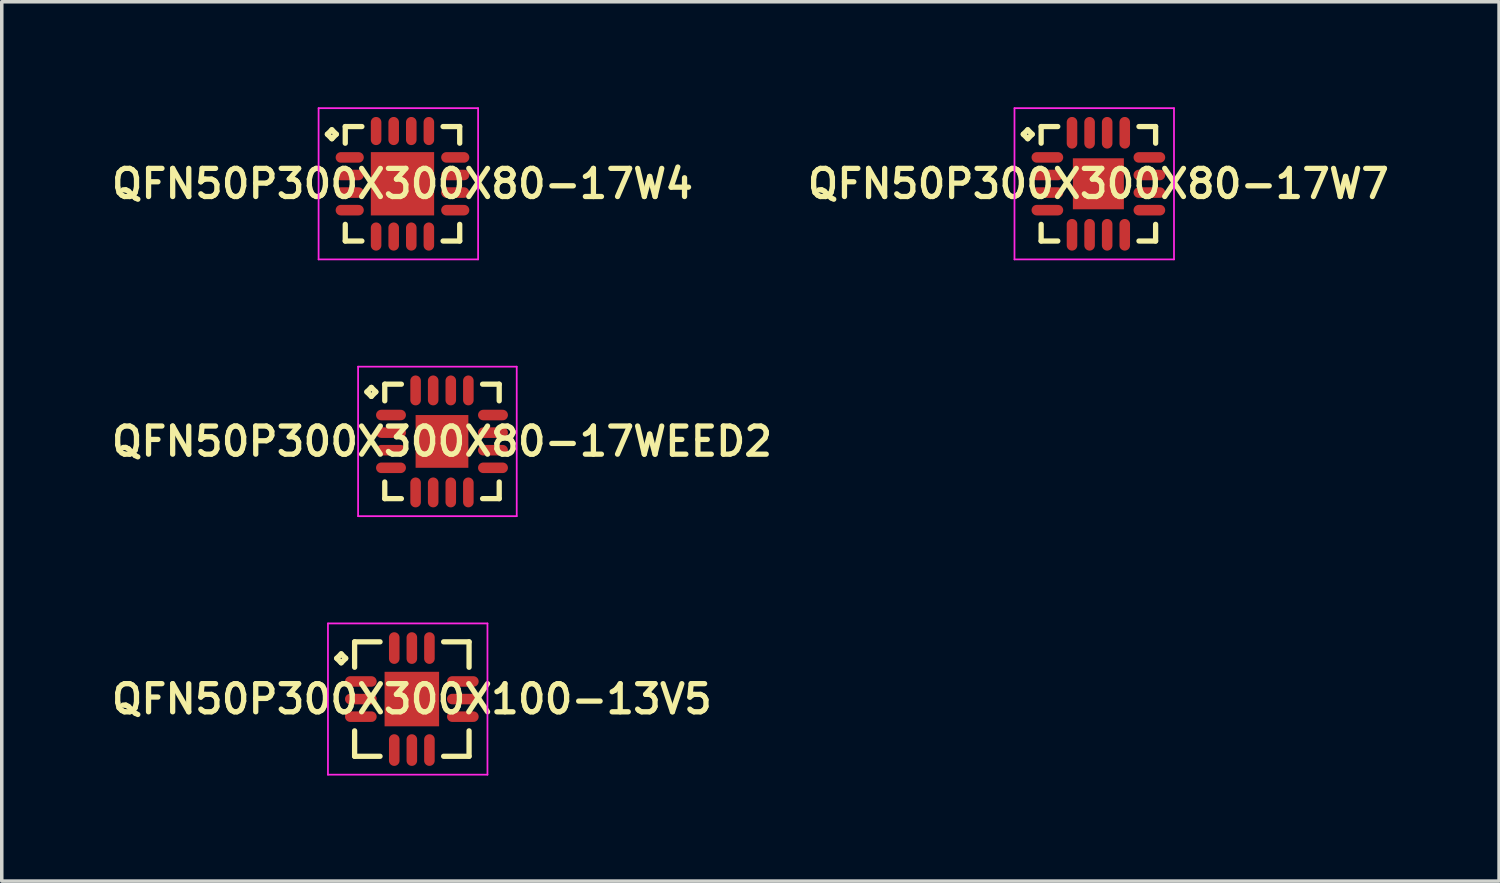
<source format=kicad_pcb>
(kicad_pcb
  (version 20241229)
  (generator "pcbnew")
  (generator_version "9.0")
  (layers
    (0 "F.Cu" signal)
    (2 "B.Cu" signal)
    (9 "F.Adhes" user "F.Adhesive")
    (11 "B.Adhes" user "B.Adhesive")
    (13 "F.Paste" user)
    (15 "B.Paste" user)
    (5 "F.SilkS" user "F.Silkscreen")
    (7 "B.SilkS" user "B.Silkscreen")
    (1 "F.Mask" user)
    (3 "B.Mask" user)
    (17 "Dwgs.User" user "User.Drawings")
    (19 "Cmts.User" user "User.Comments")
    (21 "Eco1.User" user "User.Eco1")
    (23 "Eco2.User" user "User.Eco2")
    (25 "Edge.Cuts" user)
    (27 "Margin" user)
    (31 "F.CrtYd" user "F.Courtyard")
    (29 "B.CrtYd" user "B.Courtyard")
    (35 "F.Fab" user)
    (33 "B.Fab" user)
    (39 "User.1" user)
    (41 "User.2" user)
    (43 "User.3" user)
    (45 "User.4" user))
  (footprint "QFN50P300X300X80-17W4"
    (layer "F.Cu")
    (at 8.393 2.175)
    (property "Reference" "QFN50P300X300X80-17W4" (at 0 0 0) (layer "F.SilkS") (effects (font (size 0.8 0.8) (thickness 0.15))))
    (attr smd)
    (fp_line (start -2.135 -1.408) (end -2.008 -1.535) (stroke (width 0.15) (type solid)) (layer "F.SilkS"))
    (fp_line (start -2.008 -1.535) (end -1.881 -1.408) (stroke (width 0.15) (type solid)) (layer "F.SilkS"))
    (fp_line (start -2.008 -1.281) (end -2.135 -1.408) (stroke (width 0.15) (type solid)) (layer "F.SilkS"))
    (fp_line (start -1.881 -1.408) (end -2.008 -1.281) (stroke (width 0.15) (type solid)) (layer "F.SilkS"))
    (fp_line (start -1.627 -1.627) (end -1.154 -1.627) (stroke (width 0.15) (type solid)) (layer "F.SilkS"))
    (fp_line (start -1.627 -1.154) (end -1.627 -1.627) (stroke (width 0.15) (type solid)) (layer "F.SilkS"))
    (fp_line (start -1.627 1.154) (end -1.627 1.627) (stroke (width 0.15) (type solid)) (layer "F.SilkS"))
    (fp_line (start -1.627 1.627) (end -1.154 1.627) (stroke (width 0.15) (type solid)) (layer "F.SilkS"))
    (fp_line (start 1.154 -1.627) (end 1.627 -1.627) (stroke (width 0.15) (type solid)) (layer "F.SilkS"))
    (fp_line (start 1.154 1.627) (end 1.627 1.627) (stroke (width 0.15) (type solid)) (layer "F.SilkS"))
    (fp_line (start 1.627 -1.627) (end 1.627 -1.154) (stroke (width 0.15) (type solid)) (layer "F.SilkS"))
    (fp_line (start 1.627 1.627) (end 1.627 1.154) (stroke (width 0.15) (type solid)) (layer "F.SilkS"))
    (fp_line (start -2.385 -2.15) (end 2.15 -2.15) (stroke (width 0.05) (type solid)) (layer "F.CrtYd"))
    (fp_line (start -2.385 2.15) (end -2.385 -2.15) (stroke (width 0.05) (type solid)) (layer "F.CrtYd"))
    (fp_line (start 2.15 -2.15) (end 2.15 2.15) (stroke (width 0.05) (type solid)) (layer "F.CrtYd"))
    (fp_line (start 2.15 2.15) (end -2.385 2.15) (stroke (width 0.05) (type solid)) (layer "F.CrtYd"))
    (pad "1" smd oval (at -1.5 -0.75) (size 0.8 0.3) (layers "F.Cu" "F.Mask" "F.Paste"))
    (pad "2" smd oval (at -1.5 -0.25) (size 0.8 0.3) (layers "F.Cu" "F.Mask" "F.Paste"))
    (pad "3" smd oval (at -1.5 0.25) (size 0.8 0.3) (layers "F.Cu" "F.Mask" "F.Paste"))
    (pad "4" smd oval (at -1.5 0.75) (size 0.8 0.3) (layers "F.Cu" "F.Mask" "F.Paste"))
    (pad "5" smd oval (at -0.75 1.5) (size 0.3 0.8) (layers "F.Cu" "F.Mask" "F.Paste"))
    (pad "6" smd oval (at -0.25 1.5) (size 0.3 0.8) (layers "F.Cu" "F.Mask" "F.Paste"))
    (pad "7" smd oval (at 0.25 1.5) (size 0.3 0.8) (layers "F.Cu" "F.Mask" "F.Paste"))
    (pad "8" smd oval (at 0.75 1.5) (size 0.3 0.8) (layers "F.Cu" "F.Mask" "F.Paste"))
    (pad "9" smd oval (at 1.5 0.75) (size 0.8 0.3) (layers "F.Cu" "F.Mask" "F.Paste"))
    (pad "10" smd oval (at 1.5 0.25) (size 0.8 0.3) (layers "F.Cu" "F.Mask" "F.Paste"))
    (pad "11" smd oval (at 1.5 -0.25) (size 0.8 0.3) (layers "F.Cu" "F.Mask" "F.Paste"))
    (pad "12" smd oval (at 1.5 -0.75) (size 0.8 0.3) (layers "F.Cu" "F.Mask" "F.Paste"))
    (pad "13" smd oval (at 0.75 -1.5) (size 0.3 0.8) (layers "F.Cu" "F.Mask" "F.Paste"))
    (pad "14" smd oval (at 0.25 -1.5) (size 0.3 0.8) (layers "F.Cu" "F.Mask" "F.Paste"))
    (pad "15" smd oval (at -0.25 -1.5) (size 0.3 0.8) (layers "F.Cu" "F.Mask" "F.Paste"))
    (pad "16" smd oval (at -0.75 -1.5) (size 0.3 0.8) (layers "F.Cu" "F.Mask" "F.Paste"))
    (pad "17" smd rect (at 0 0) (size 1.8 1.8) (layers "F.Cu" "F.Mask" "F.Paste")))
  (footprint "QFN50P300X300X80-17WEED2"
    (layer "F.Cu")
    (at 9.516 9.5)
    (property "Reference" "QFN50P300X300X80-17WEED2" (at 0 0 0) (layer "F.SilkS") (effects (font (size 0.8 0.8) (thickness 0.15))))
    (attr smd)
    (fp_line (start -2.135 -1.408) (end -2.008 -1.535) (stroke (width 0.15) (type solid)) (layer "F.SilkS"))
    (fp_line (start -2.008 -1.535) (end -1.881 -1.408) (stroke (width 0.15) (type solid)) (layer "F.SilkS"))
    (fp_line (start -2.008 -1.281) (end -2.135 -1.408) (stroke (width 0.15) (type solid)) (layer "F.SilkS"))
    (fp_line (start -1.881 -1.408) (end -2.008 -1.281) (stroke (width 0.15) (type solid)) (layer "F.SilkS"))
    (fp_line (start -1.627 -1.627) (end -1.154 -1.627) (stroke (width 0.15) (type solid)) (layer "F.SilkS"))
    (fp_line (start -1.627 -1.154) (end -1.627 -1.627) (stroke (width 0.15) (type solid)) (layer "F.SilkS"))
    (fp_line (start -1.627 1.154) (end -1.627 1.627) (stroke (width 0.15) (type solid)) (layer "F.SilkS"))
    (fp_line (start -1.627 1.627) (end -1.154 1.627) (stroke (width 0.15) (type solid)) (layer "F.SilkS"))
    (fp_line (start 1.154 -1.627) (end 1.627 -1.627) (stroke (width 0.15) (type solid)) (layer "F.SilkS"))
    (fp_line (start 1.154 1.627) (end 1.627 1.627) (stroke (width 0.15) (type solid)) (layer "F.SilkS"))
    (fp_line (start 1.627 -1.627) (end 1.627 -1.154) (stroke (width 0.15) (type solid)) (layer "F.SilkS"))
    (fp_line (start 1.627 1.627) (end 1.627 1.154) (stroke (width 0.15) (type solid)) (layer "F.SilkS"))
    (fp_line (start -2.385 -2.125) (end 2.125 -2.125) (stroke (width 0.05) (type solid)) (layer "F.CrtYd"))
    (fp_line (start -2.385 2.125) (end -2.385 -2.125) (stroke (width 0.05) (type solid)) (layer "F.CrtYd"))
    (fp_line (start 2.125 -2.125) (end 2.125 2.125) (stroke (width 0.05) (type solid)) (layer "F.CrtYd"))
    (fp_line (start 2.125 2.125) (end -2.385 2.125) (stroke (width 0.05) (type solid)) (layer "F.CrtYd"))
    (pad "1" smd oval (at -1.45 -0.75) (size 0.85 0.3) (layers "F.Cu" "F.Mask" "F.Paste"))
    (pad "2" smd oval (at -1.45 -0.25) (size 0.85 0.3) (layers "F.Cu" "F.Mask" "F.Paste"))
    (pad "3" smd oval (at -1.45 0.25) (size 0.85 0.3) (layers "F.Cu" "F.Mask" "F.Paste"))
    (pad "4" smd oval (at -1.45 0.75) (size 0.85 0.3) (layers "F.Cu" "F.Mask" "F.Paste"))
    (pad "5" smd oval (at -0.75 1.45) (size 0.3 0.85) (layers "F.Cu" "F.Mask" "F.Paste"))
    (pad "6" smd oval (at -0.25 1.45) (size 0.3 0.85) (layers "F.Cu" "F.Mask" "F.Paste"))
    (pad "7" smd oval (at 0.25 1.45) (size 0.3 0.85) (layers "F.Cu" "F.Mask" "F.Paste"))
    (pad "8" smd oval (at 0.75 1.45) (size 0.3 0.85) (layers "F.Cu" "F.Mask" "F.Paste"))
    (pad "9" smd oval (at 1.45 0.75) (size 0.85 0.3) (layers "F.Cu" "F.Mask" "F.Paste"))
    (pad "10" smd oval (at 1.45 0.25) (size 0.85 0.3) (layers "F.Cu" "F.Mask" "F.Paste"))
    (pad "11" smd oval (at 1.45 -0.25) (size 0.85 0.3) (layers "F.Cu" "F.Mask" "F.Paste"))
    (pad "12" smd oval (at 1.45 -0.75) (size 0.85 0.3) (layers "F.Cu" "F.Mask" "F.Paste"))
    (pad "13" smd oval (at 0.75 -1.45) (size 0.3 0.85) (layers "F.Cu" "F.Mask" "F.Paste"))
    (pad "14" smd oval (at 0.25 -1.45) (size 0.3 0.85) (layers "F.Cu" "F.Mask" "F.Paste"))
    (pad "15" smd oval (at -0.25 -1.45) (size 0.3 0.85) (layers "F.Cu" "F.Mask" "F.Paste"))
    (pad "16" smd oval (at -0.75 -1.45) (size 0.3 0.85) (layers "F.Cu" "F.Mask" "F.Paste"))
    (pad "17" smd rect (at 0 0) (size 1.5 1.5) (layers "F.Cu" "F.Mask" "F.Paste")))
  (footprint "QFN50P300X300X100-13V5"
    (layer "F.Cu")
    (at 8.659 16.825)
    (property "Reference" "QFN50P300X300X100-13V5" (at 0 0 0) (layer "F.SilkS") (effects (font (size 0.8 0.8) (thickness 0.15))))
    (attr smd)
    (fp_line (start -2.135 -1.158) (end -2.008 -1.285) (stroke (width 0.15) (type solid)) (layer "F.SilkS"))
    (fp_line (start -2.008 -1.285) (end -1.881 -1.158) (stroke (width 0.15) (type solid)) (layer "F.SilkS"))
    (fp_line (start -2.008 -1.031) (end -2.135 -1.158) (stroke (width 0.15) (type solid)) (layer "F.SilkS"))
    (fp_line (start -1.881 -1.158) (end -2.008 -1.031) (stroke (width 0.15) (type solid)) (layer "F.SilkS"))
    (fp_line (start -1.627 -1.627) (end -0.904 -1.627) (stroke (width 0.15) (type solid)) (layer "F.SilkS"))
    (fp_line (start -1.627 -0.904) (end -1.627 -1.627) (stroke (width 0.15) (type solid)) (layer "F.SilkS"))
    (fp_line (start -1.627 0.904) (end -1.627 1.627) (stroke (width 0.15) (type solid)) (layer "F.SilkS"))
    (fp_line (start -1.627 1.627) (end -0.904 1.627) (stroke (width 0.15) (type solid)) (layer "F.SilkS"))
    (fp_line (start 0.904 -1.627) (end 1.627 -1.627) (stroke (width 0.15) (type solid)) (layer "F.SilkS"))
    (fp_line (start 0.904 1.627) (end 1.627 1.627) (stroke (width 0.15) (type solid)) (layer "F.SilkS"))
    (fp_line (start 1.627 -1.627) (end 1.627 -0.904) (stroke (width 0.15) (type solid)) (layer "F.SilkS"))
    (fp_line (start 1.627 1.627) (end 1.627 0.904) (stroke (width 0.15) (type solid)) (layer "F.SilkS"))
    (fp_line (start -2.385 -2.15) (end 2.15 -2.15) (stroke (width 0.05) (type solid)) (layer "F.CrtYd"))
    (fp_line (start -2.385 2.15) (end -2.385 -2.15) (stroke (width 0.05) (type solid)) (layer "F.CrtYd"))
    (fp_line (start 2.15 -2.15) (end 2.15 2.15) (stroke (width 0.05) (type solid)) (layer "F.CrtYd"))
    (fp_line (start 2.15 2.15) (end -2.385 2.15) (stroke (width 0.05) (type solid)) (layer "F.CrtYd"))
    (pad "1" smd oval (at -1.45 -0.5) (size 0.9 0.3) (layers "F.Cu" "F.Mask" "F.Paste"))
    (pad "2" smd oval (at -1.45 0) (size 0.9 0.3) (layers "F.Cu" "F.Mask" "F.Paste"))
    (pad "3" smd oval (at -1.45 0.5) (size 0.9 0.3) (layers "F.Cu" "F.Mask" "F.Paste"))
    (pad "4" smd oval (at -0.5 1.45) (size 0.3 0.9) (layers "F.Cu" "F.Mask" "F.Paste"))
    (pad "5" smd oval (at 0 1.45) (size 0.3 0.9) (layers "F.Cu" "F.Mask" "F.Paste"))
    (pad "6" smd oval (at 0.5 1.45) (size 0.3 0.9) (layers "F.Cu" "F.Mask" "F.Paste"))
    (pad "7" smd oval (at 1.45 0.5) (size 0.9 0.3) (layers "F.Cu" "F.Mask" "F.Paste"))
    (pad "8" smd oval (at 1.45 0) (size 0.9 0.3) (layers "F.Cu" "F.Mask" "F.Paste"))
    (pad "9" smd oval (at 1.45 -0.5) (size 0.9 0.3) (layers "F.Cu" "F.Mask" "F.Paste"))
    (pad "10" smd oval (at 0.5 -1.45) (size 0.3 0.9) (layers "F.Cu" "F.Mask" "F.Paste"))
    (pad "11" smd oval (at 0 -1.45) (size 0.3 0.9) (layers "F.Cu" "F.Mask" "F.Paste"))
    (pad "12" smd oval (at -0.5 -1.45) (size 0.3 0.9) (layers "F.Cu" "F.Mask" "F.Paste"))
    (pad "13" smd rect (at 0 0) (size 1.55 1.55) (layers "F.Cu" "F.Mask" "F.Paste")))
  (footprint "QFN50P300X300X80-17W7"
    (layer "F.Cu")
    (at 28.178 2.175)
    (property "Reference" "QFN50P300X300X80-17W7" (at 0 0 0) (layer "F.SilkS") (effects (font (size 0.8 0.8) (thickness 0.15))))
    (attr smd)
    (fp_line (start -2.135 -1.408) (end -2.008 -1.535) (stroke (width 0.15) (type solid)) (layer "F.SilkS"))
    (fp_line (start -2.008 -1.535) (end -1.881 -1.408) (stroke (width 0.15) (type solid)) (layer "F.SilkS"))
    (fp_line (start -2.008 -1.281) (end -2.135 -1.408) (stroke (width 0.15) (type solid)) (layer "F.SilkS"))
    (fp_line (start -1.881 -1.408) (end -2.008 -1.281) (stroke (width 0.15) (type solid)) (layer "F.SilkS"))
    (fp_line (start -1.627 -1.627) (end -1.154 -1.627) (stroke (width 0.15) (type solid)) (layer "F.SilkS"))
    (fp_line (start -1.627 -1.154) (end -1.627 -1.627) (stroke (width 0.15) (type solid)) (layer "F.SilkS"))
    (fp_line (start -1.627 1.154) (end -1.627 1.627) (stroke (width 0.15) (type solid)) (layer "F.SilkS"))
    (fp_line (start -1.627 1.627) (end -1.154 1.627) (stroke (width 0.15) (type solid)) (layer "F.SilkS"))
    (fp_line (start 1.154 -1.627) (end 1.627 -1.627) (stroke (width 0.15) (type solid)) (layer "F.SilkS"))
    (fp_line (start 1.154 1.627) (end 1.627 1.627) (stroke (width 0.15) (type solid)) (layer "F.SilkS"))
    (fp_line (start 1.627 -1.627) (end 1.627 -1.154) (stroke (width 0.15) (type solid)) (layer "F.SilkS"))
    (fp_line (start 1.627 1.627) (end 1.627 1.154) (stroke (width 0.15) (type solid)) (layer "F.SilkS"))
    (fp_line (start -2.385 -2.15) (end 2.15 -2.15) (stroke (width 0.05) (type solid)) (layer "F.CrtYd"))
    (fp_line (start -2.385 2.15) (end -2.385 -2.15) (stroke (width 0.05) (type solid)) (layer "F.CrtYd"))
    (fp_line (start 2.15 -2.15) (end 2.15 2.15) (stroke (width 0.05) (type solid)) (layer "F.CrtYd"))
    (fp_line (start 2.15 2.15) (end -2.385 2.15) (stroke (width 0.05) (type solid)) (layer "F.CrtYd"))
    (pad "1" smd oval (at -1.45 -0.75) (size 0.9 0.3) (layers "F.Cu" "F.Mask" "F.Paste"))
    (pad "2" smd oval (at -1.45 -0.25) (size 0.9 0.3) (layers "F.Cu" "F.Mask" "F.Paste"))
    (pad "3" smd oval (at -1.45 0.25) (size 0.9 0.3) (layers "F.Cu" "F.Mask" "F.Paste"))
    (pad "4" smd oval (at -1.45 0.75) (size 0.9 0.3) (layers "F.Cu" "F.Mask" "F.Paste"))
    (pad "5" smd oval (at -0.75 1.45) (size 0.3 0.9) (layers "F.Cu" "F.Mask" "F.Paste"))
    (pad "6" smd oval (at -0.25 1.45) (size 0.3 0.9) (layers "F.Cu" "F.Mask" "F.Paste"))
    (pad "7" smd oval (at 0.25 1.45) (size 0.3 0.9) (layers "F.Cu" "F.Mask" "F.Paste"))
    (pad "8" smd oval (at 0.75 1.45) (size 0.3 0.9) (layers "F.Cu" "F.Mask" "F.Paste"))
    (pad "9" smd oval (at 1.45 0.75) (size 0.9 0.3) (layers "F.Cu" "F.Mask" "F.Paste"))
    (pad "10" smd oval (at 1.45 0.25) (size 0.9 0.3) (layers "F.Cu" "F.Mask" "F.Paste"))
    (pad "11" smd oval (at 1.45 -0.25) (size 0.9 0.3) (layers "F.Cu" "F.Mask" "F.Paste"))
    (pad "12" smd oval (at 1.45 -0.75) (size 0.9 0.3) (layers "F.Cu" "F.Mask" "F.Paste"))
    (pad "13" smd oval (at 0.75 -1.45) (size 0.3 0.9) (layers "F.Cu" "F.Mask" "F.Paste"))
    (pad "14" smd oval (at 0.25 -1.45) (size 0.3 0.9) (layers "F.Cu" "F.Mask" "F.Paste"))
    (pad "15" smd oval (at -0.25 -1.45) (size 0.3 0.9) (layers "F.Cu" "F.Mask" "F.Paste"))
    (pad "16" smd oval (at -0.75 -1.45) (size 0.3 0.9) (layers "F.Cu" "F.Mask" "F.Paste"))
    (pad "17" smd rect (at 0 0) (size 1.45 1.45) (layers "F.Cu" "F.Mask" "F.Paste")))
  (gr_rect
    (start -3 -3)
    (end 39.57 22)
    (stroke (width 0.1) (type default))
    (fill no)
    (layer "Edge.Cuts")))
</source>
